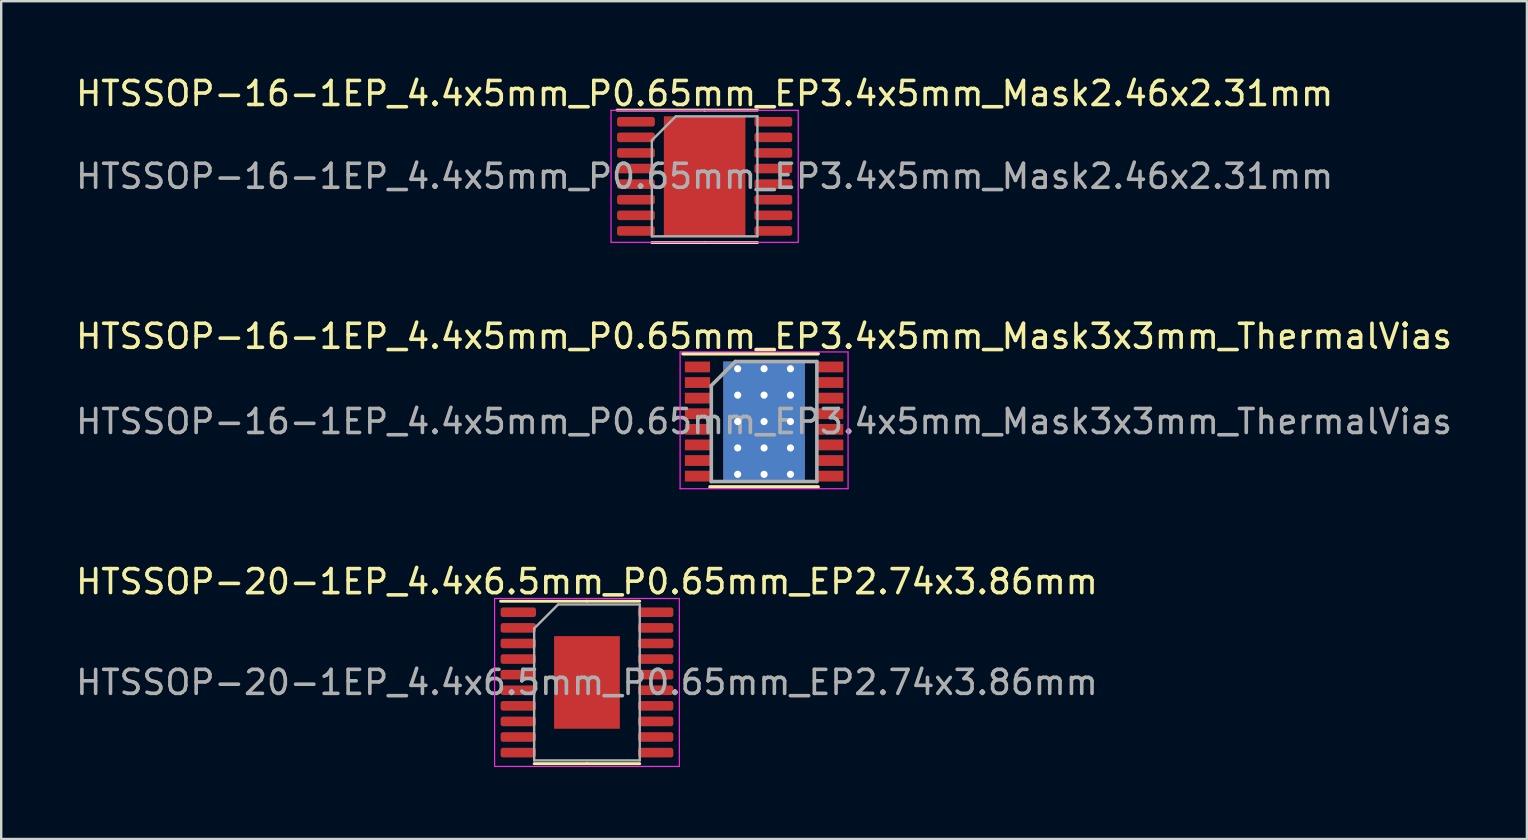
<source format=kicad_pcb>
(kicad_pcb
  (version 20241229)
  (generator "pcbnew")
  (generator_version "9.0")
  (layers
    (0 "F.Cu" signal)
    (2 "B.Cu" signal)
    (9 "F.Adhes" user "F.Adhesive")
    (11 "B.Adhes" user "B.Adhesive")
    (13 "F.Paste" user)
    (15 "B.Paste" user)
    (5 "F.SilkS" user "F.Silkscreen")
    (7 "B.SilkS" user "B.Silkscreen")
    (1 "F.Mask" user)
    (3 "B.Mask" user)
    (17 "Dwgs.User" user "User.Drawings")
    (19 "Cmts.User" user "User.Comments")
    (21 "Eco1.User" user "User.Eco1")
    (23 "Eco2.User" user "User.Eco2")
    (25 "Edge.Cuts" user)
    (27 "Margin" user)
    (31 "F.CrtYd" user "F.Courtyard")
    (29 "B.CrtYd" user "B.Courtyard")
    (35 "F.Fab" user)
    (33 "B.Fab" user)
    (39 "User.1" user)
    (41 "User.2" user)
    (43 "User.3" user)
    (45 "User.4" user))
  (footprint "HTSSOP-16-1EP_4.4x5mm_P0.65mm_EP3.4x5mm_Mask2.46x2.31mm"
    (layer "F.Cu")
    (at 26.315 4.298)
    (property "Reference" "HTSSOP-16-1EP_4.4x5mm_P0.65mm_EP3.4x5mm_Mask2.46x2.31mm" (at 0 -3.45 0) (layer "F.SilkS") (effects (font (size 1 1) (thickness 0.15))))
    (attr smd)
    (fp_line (start 0 -2.76) (end -3.65 -2.76) (stroke (width 0.12) (type solid)) (layer "F.SilkS"))
    (fp_line (start 0 -2.76) (end 2.2 -2.76) (stroke (width 0.12) (type solid)) (layer "F.SilkS"))
    (fp_line (start 0 2.76) (end -2.2 2.76) (stroke (width 0.12) (type solid)) (layer "F.SilkS"))
    (fp_line (start 0 2.76) (end 2.2 2.76) (stroke (width 0.12) (type solid)) (layer "F.SilkS"))
    (fp_line (start -3.9 -2.75) (end -3.9 2.75) (stroke (width 0.05) (type solid)) (layer "F.CrtYd"))
    (fp_line (start -3.9 2.75) (end 3.9 2.75) (stroke (width 0.05) (type solid)) (layer "F.CrtYd"))
    (fp_line (start 3.9 -2.75) (end -3.9 -2.75) (stroke (width 0.05) (type solid)) (layer "F.CrtYd"))
    (fp_line (start 3.9 2.75) (end 3.9 -2.75) (stroke (width 0.05) (type solid)) (layer "F.CrtYd"))
    (fp_line (start -2.2 -1.5) (end -1.2 -2.5) (stroke (width 0.1) (type solid)) (layer "F.Fab"))
    (fp_line (start -2.2 2.5) (end -2.2 -1.5) (stroke (width 0.1) (type solid)) (layer "F.Fab"))
    (fp_line (start -1.2 -2.5) (end 2.2 -2.5) (stroke (width 0.1) (type solid)) (layer "F.Fab"))
    (fp_line (start 2.2 -2.5) (end 2.2 2.5) (stroke (width 0.1) (type solid)) (layer "F.Fab"))
    (fp_line (start 2.2 2.5) (end -2.2 2.5) (stroke (width 0.1) (type solid)) (layer "F.Fab"))
    (fp_text user "${REFERENCE}" (at 0 0 0) (layer "F.Fab") (effects (font (size 1 1) (thickness 0.15))))
    (pad "" smd roundrect (at 0 -0.58) (size 1.98 0.93) (layers "F.Paste") (roundrect_rratio 0.25))
    (pad "" smd rect (at 0 0) (size 2.46 2.31) (layers "F.Mask"))
    (pad "" smd roundrect (at 0 0.58) (size 1.98 0.93) (layers "F.Paste") (roundrect_rratio 0.25))
    (pad "1" smd roundrect (at -2.862 -2.275) (size 1.575 0.4) (layers "F.Cu" "F.Mask" "F.Paste") (roundrect_rratio 0.25))
    (pad "2" smd roundrect (at -2.862 -1.625) (size 1.575 0.4) (layers "F.Cu" "F.Mask" "F.Paste") (roundrect_rratio 0.25))
    (pad "3" smd roundrect (at -2.862 -0.975) (size 1.575 0.4) (layers "F.Cu" "F.Mask" "F.Paste") (roundrect_rratio 0.25))
    (pad "4" smd roundrect (at -2.862 -0.325) (size 1.575 0.4) (layers "F.Cu" "F.Mask" "F.Paste") (roundrect_rratio 0.25))
    (pad "5" smd roundrect (at -2.862 0.325) (size 1.575 0.4) (layers "F.Cu" "F.Mask" "F.Paste") (roundrect_rratio 0.25))
    (pad "6" smd roundrect (at -2.862 0.975) (size 1.575 0.4) (layers "F.Cu" "F.Mask" "F.Paste") (roundrect_rratio 0.25))
    (pad "7" smd roundrect (at -2.862 1.625) (size 1.575 0.4) (layers "F.Cu" "F.Mask" "F.Paste") (roundrect_rratio 0.25))
    (pad "8" smd roundrect (at -2.862 2.275) (size 1.575 0.4) (layers "F.Cu" "F.Mask" "F.Paste") (roundrect_rratio 0.25))
    (pad "9" smd roundrect (at 2.862 2.275) (size 1.575 0.4) (layers "F.Cu" "F.Mask" "F.Paste") (roundrect_rratio 0.25))
    (pad "10" smd roundrect (at 2.862 1.625) (size 1.575 0.4) (layers "F.Cu" "F.Mask" "F.Paste") (roundrect_rratio 0.25))
    (pad "11" smd roundrect (at 2.862 0.975) (size 1.575 0.4) (layers "F.Cu" "F.Mask" "F.Paste") (roundrect_rratio 0.25))
    (pad "12" smd roundrect (at 2.862 0.325) (size 1.575 0.4) (layers "F.Cu" "F.Mask" "F.Paste") (roundrect_rratio 0.25))
    (pad "13" smd roundrect (at 2.862 -0.325) (size 1.575 0.4) (layers "F.Cu" "F.Mask" "F.Paste") (roundrect_rratio 0.25))
    (pad "14" smd roundrect (at 2.862 -0.975) (size 1.575 0.4) (layers "F.Cu" "F.Mask" "F.Paste") (roundrect_rratio 0.25))
    (pad "15" smd roundrect (at 2.862 -1.625) (size 1.575 0.4) (layers "F.Cu" "F.Mask" "F.Paste") (roundrect_rratio 0.25))
    (pad "16" smd roundrect (at 2.862 -2.275) (size 1.575 0.4) (layers "F.Cu" "F.Mask" "F.Paste") (roundrect_rratio 0.25))
    (pad "17" smd rect (at 0 0) (size 3.4 5) (layers "F.Cu")))
  (footprint "HTSSOP-20-1EP_4.4x6.5mm_P0.65mm_EP2.74x3.86mm"
    (layer "F.Cu")
    (at 21.411 25.39)
    (property "Reference" "HTSSOP-20-1EP_4.4x6.5mm_P0.65mm_EP2.74x3.86mm" (at 0 -4.2 0) (layer "F.SilkS") (effects (font (size 1 1) (thickness 0.15))))
    (attr smd)
    (fp_line (start 0 -3.385) (end -3.6 -3.385) (stroke (width 0.12) (type solid)) (layer "F.SilkS"))
    (fp_line (start 0 -3.385) (end 2.2 -3.385) (stroke (width 0.12) (type solid)) (layer "F.SilkS"))
    (fp_line (start 0 3.385) (end -2.2 3.385) (stroke (width 0.12) (type solid)) (layer "F.SilkS"))
    (fp_line (start 0 3.385) (end 2.2 3.385) (stroke (width 0.12) (type solid)) (layer "F.SilkS"))
    (fp_line (start -3.85 -3.5) (end -3.85 3.5) (stroke (width 0.05) (type solid)) (layer "F.CrtYd"))
    (fp_line (start -3.85 3.5) (end 3.85 3.5) (stroke (width 0.05) (type solid)) (layer "F.CrtYd"))
    (fp_line (start 3.85 -3.5) (end -3.85 -3.5) (stroke (width 0.05) (type solid)) (layer "F.CrtYd"))
    (fp_line (start 3.85 3.5) (end 3.85 -3.5) (stroke (width 0.05) (type solid)) (layer "F.CrtYd"))
    (fp_line (start -2.2 -2.25) (end -1.2 -3.25) (stroke (width 0.1) (type solid)) (layer "F.Fab"))
    (fp_line (start -2.2 3.25) (end -2.2 -2.25) (stroke (width 0.1) (type solid)) (layer "F.Fab"))
    (fp_line (start -1.2 -3.25) (end 2.2 -3.25) (stroke (width 0.1) (type solid)) (layer "F.Fab"))
    (fp_line (start 2.2 -3.25) (end 2.2 3.25) (stroke (width 0.1) (type solid)) (layer "F.Fab"))
    (fp_line (start 2.2 3.25) (end -2.2 3.25) (stroke (width 0.1) (type solid)) (layer "F.Fab"))
    (fp_text user "${REFERENCE}" (at 0 0 0) (layer "F.Fab") (effects (font (size 1 1) (thickness 0.15))))
    (pad "" smd roundrect (at 0 -0.965) (size 2.21 1.56) (layers "F.Paste") (roundrect_rratio 0.16))
    (pad "" smd roundrect (at 0 0.965) (size 2.21 1.56) (layers "F.Paste") (roundrect_rratio 0.16))
    (pad "1" smd roundrect (at -2.862 -2.925) (size 1.475 0.4) (layers "F.Cu" "F.Mask" "F.Paste") (roundrect_rratio 0.25))
    (pad "2" smd roundrect (at -2.862 -2.275) (size 1.475 0.4) (layers "F.Cu" "F.Mask" "F.Paste") (roundrect_rratio 0.25))
    (pad "3" smd roundrect (at -2.862 -1.625) (size 1.475 0.4) (layers "F.Cu" "F.Mask" "F.Paste") (roundrect_rratio 0.25))
    (pad "4" smd roundrect (at -2.862 -0.975) (size 1.475 0.4) (layers "F.Cu" "F.Mask" "F.Paste") (roundrect_rratio 0.25))
    (pad "5" smd roundrect (at -2.862 -0.325) (size 1.475 0.4) (layers "F.Cu" "F.Mask" "F.Paste") (roundrect_rratio 0.25))
    (pad "6" smd roundrect (at -2.862 0.325) (size 1.475 0.4) (layers "F.Cu" "F.Mask" "F.Paste") (roundrect_rratio 0.25))
    (pad "7" smd roundrect (at -2.862 0.975) (size 1.475 0.4) (layers "F.Cu" "F.Mask" "F.Paste") (roundrect_rratio 0.25))
    (pad "8" smd roundrect (at -2.862 1.625) (size 1.475 0.4) (layers "F.Cu" "F.Mask" "F.Paste") (roundrect_rratio 0.25))
    (pad "9" smd roundrect (at -2.862 2.275) (size 1.475 0.4) (layers "F.Cu" "F.Mask" "F.Paste") (roundrect_rratio 0.25))
    (pad "10" smd roundrect (at -2.862 2.925) (size 1.475 0.4) (layers "F.Cu" "F.Mask" "F.Paste") (roundrect_rratio 0.25))
    (pad "11" smd roundrect (at 2.862 2.925) (size 1.475 0.4) (layers "F.Cu" "F.Mask" "F.Paste") (roundrect_rratio 0.25))
    (pad "12" smd roundrect (at 2.862 2.275) (size 1.475 0.4) (layers "F.Cu" "F.Mask" "F.Paste") (roundrect_rratio 0.25))
    (pad "13" smd roundrect (at 2.862 1.625) (size 1.475 0.4) (layers "F.Cu" "F.Mask" "F.Paste") (roundrect_rratio 0.25))
    (pad "14" smd roundrect (at 2.862 0.975) (size 1.475 0.4) (layers "F.Cu" "F.Mask" "F.Paste") (roundrect_rratio 0.25))
    (pad "15" smd roundrect (at 2.862 0.325) (size 1.475 0.4) (layers "F.Cu" "F.Mask" "F.Paste") (roundrect_rratio 0.25))
    (pad "16" smd roundrect (at 2.862 -0.325) (size 1.475 0.4) (layers "F.Cu" "F.Mask" "F.Paste") (roundrect_rratio 0.25))
    (pad "17" smd roundrect (at 2.862 -0.975) (size 1.475 0.4) (layers "F.Cu" "F.Mask" "F.Paste") (roundrect_rratio 0.25))
    (pad "18" smd roundrect (at 2.862 -1.625) (size 1.475 0.4) (layers "F.Cu" "F.Mask" "F.Paste") (roundrect_rratio 0.25))
    (pad "19" smd roundrect (at 2.862 -2.275) (size 1.475 0.4) (layers "F.Cu" "F.Mask" "F.Paste") (roundrect_rratio 0.25))
    (pad "20" smd roundrect (at 2.862 -2.925) (size 1.475 0.4) (layers "F.Cu" "F.Mask" "F.Paste") (roundrect_rratio 0.25))
    (pad "21" smd rect (at 0 0) (size 2.74 3.86) (layers "F.Cu" "F.Mask")))
  (footprint "HTSSOP-16-1EP_4.4x5mm_P0.65mm_EP3.4x5mm_Mask3x3mm_ThermalVias"
    (layer "F.Cu")
    (at 28.792 14.517)
    (property "Reference" "HTSSOP-16-1EP_4.4x5mm_P0.65mm_EP3.4x5mm_Mask3x3mm_ThermalVias" (at 0 -3.55 0) (layer "F.SilkS") (effects (font (size 1 1) (thickness 0.15))))
    (attr smd)
    (fp_line (start -3.375 -2.825) (end 2.25 -2.825) (stroke (width 0.15) (type solid)) (layer "F.SilkS"))
    (fp_line (start -2.25 2.725) (end 2.25 2.725) (stroke (width 0.15) (type solid)) (layer "F.SilkS"))
    (fp_line (start -3.5 -2.9) (end -3.5 2.8) (stroke (width 0.05) (type solid)) (layer "F.CrtYd"))
    (fp_line (start -3.5 -2.9) (end 3.5 -2.9) (stroke (width 0.05) (type solid)) (layer "F.CrtYd"))
    (fp_line (start -3.5 2.8) (end 3.5 2.8) (stroke (width 0.05) (type solid)) (layer "F.CrtYd"))
    (fp_line (start 3.5 -2.9) (end 3.5 2.8) (stroke (width 0.05) (type solid)) (layer "F.CrtYd"))
    (fp_line (start -2.2 -1.5) (end -1.2 -2.5) (stroke (width 0.15) (type solid)) (layer "F.Fab"))
    (fp_line (start -2.2 2.5) (end -2.2 -1.5) (stroke (width 0.15) (type solid)) (layer "F.Fab"))
    (fp_line (start -1.2 -2.5) (end 2.2 -2.5) (stroke (width 0.15) (type solid)) (layer "F.Fab"))
    (fp_line (start 2.2 -2.5) (end 2.2 2.5) (stroke (width 0.15) (type solid)) (layer "F.Fab"))
    (fp_line (start 2.2 2.5) (end -2.2 2.5) (stroke (width 0.15) (type solid)) (layer "F.Fab"))
    (fp_text user "${REFERENCE}" (at 0 0 0) (layer "F.Fab") (effects (font (size 1 1) (thickness 0.15))))
    (pad "" smd rect (at -1.325 -0.55 90) (size 0.8 0.25) (layers "F.Paste"))
    (pad "" smd rect (at -1.325 0.55 90) (size 0.8 0.25) (layers "F.Paste"))
    (pad "" smd rect (at -0.55 -1.325) (size 0.8 0.25) (layers "F.Paste"))
    (pad "" smd rect (at -0.55 -0.55) (size 0.85 0.8) (layers "F.Paste"))
    (pad "" smd rect (at -0.55 0.55) (size 0.85 0.85) (layers "F.Paste"))
    (pad "" smd rect (at -0.55 1.325) (size 0.8 0.25) (layers "F.Paste"))
    (pad "" smd rect (at 0 0) (size 3 3) (layers "F.Mask"))
    (pad "" smd rect (at 0.55 -1.325) (size 0.8 0.25) (layers "F.Paste"))
    (pad "" smd rect (at 0.55 -0.55) (size 0.85 0.85) (layers "F.Paste"))
    (pad "" smd rect (at 0.55 0.55) (size 0.85 0.85) (layers "F.Paste"))
    (pad "" smd rect (at 0.55 1.325) (size 0.8 0.25) (layers "F.Paste"))
    (pad "" smd rect (at 1.325 -0.55 90) (size 0.8 0.25) (layers "F.Paste"))
    (pad "" smd rect (at 1.325 0.55 90) (size 0.8 0.25) (layers "F.Paste"))
    (pad "1" smd rect (at -2.775 -2.275) (size 1.05 0.45) (layers "F.Cu" "F.Mask" "F.Paste"))
    (pad "2" smd rect (at -2.775 -1.625) (size 1.05 0.45) (layers "F.Cu" "F.Mask" "F.Paste"))
    (pad "3" smd rect (at -2.775 -0.975) (size 1.05 0.45) (layers "F.Cu" "F.Mask" "F.Paste"))
    (pad "4" smd rect (at -2.775 -0.325) (size 1.05 0.45) (layers "F.Cu" "F.Mask" "F.Paste"))
    (pad "5" smd rect (at -2.775 0.325) (size 1.05 0.45) (layers "F.Cu" "F.Mask" "F.Paste"))
    (pad "6" smd rect (at -2.775 0.975) (size 1.05 0.45) (layers "F.Cu" "F.Mask" "F.Paste"))
    (pad "7" smd rect (at -2.775 1.625) (size 1.05 0.45) (layers "F.Cu" "F.Mask" "F.Paste"))
    (pad "8" smd rect (at -2.775 2.275) (size 1.05 0.45) (layers "F.Cu" "F.Mask" "F.Paste"))
    (pad "9" smd rect (at 2.775 2.275) (size 1.05 0.45) (layers "F.Cu" "F.Mask" "F.Paste"))
    (pad "10" smd rect (at 2.775 1.625) (size 1.05 0.45) (layers "F.Cu" "F.Mask" "F.Paste"))
    (pad "11" smd rect (at 2.775 0.975) (size 1.05 0.45) (layers "F.Cu" "F.Mask" "F.Paste"))
    (pad "12" smd rect (at 2.775 0.325) (size 1.05 0.45) (layers "F.Cu" "F.Mask" "F.Paste"))
    (pad "13" smd rect (at 2.775 -0.325) (size 1.05 0.45) (layers "F.Cu" "F.Mask" "F.Paste"))
    (pad "14" smd rect (at 2.775 -0.975) (size 1.05 0.45) (layers "F.Cu" "F.Mask" "F.Paste"))
    (pad "15" smd rect (at 2.775 -1.625) (size 1.05 0.45) (layers "F.Cu" "F.Mask" "F.Paste"))
    (pad "16" smd rect (at 2.775 -2.275) (size 1.05 0.45) (layers "F.Cu" "F.Mask" "F.Paste"))
    (pad "17" thru_hole circle (at -1.1 -2.2) (size 0.6 0.6) (drill 0.3) (layers "*.Cu"))
    (pad "17" thru_hole circle (at -1.1 -1.1) (size 0.6 0.6) (drill 0.3) (layers "*.Cu"))
    (pad "17" thru_hole circle (at -1.1 0) (size 0.6 0.6) (drill 0.3) (layers "*.Cu"))
    (pad "17" thru_hole circle (at -1.1 1.1) (size 0.6 0.6) (drill 0.3) (layers "*.Cu"))
    (pad "17" thru_hole circle (at -1.1 2.2) (size 0.6 0.6) (drill 0.3) (layers "*.Cu"))
    (pad "17" thru_hole circle (at 0 -2.2) (size 0.6 0.6) (drill 0.3) (layers "*.Cu"))
    (pad "17" thru_hole circle (at 0 -1.1) (size 0.6 0.6) (drill 0.3) (layers "*.Cu"))
    (pad "17" thru_hole circle (at 0 0) (size 0.6 0.6) (drill 0.3) (layers "*.Cu"))
    (pad "17" smd rect (at 0 0) (size 3.4 5) (layers "F.Cu"))
    (pad "17" smd rect (at 0 0) (size 3.4 5) (layers "B.Cu"))
    (pad "17" thru_hole circle (at 0 1.1) (size 0.6 0.6) (drill 0.3) (layers "*.Cu"))
    (pad "17" thru_hole circle (at 0 2.2) (size 0.6 0.6) (drill 0.3) (layers "*.Cu"))
    (pad "17" thru_hole circle (at 1.1 -2.2) (size 0.6 0.6) (drill 0.3) (layers "*.Cu"))
    (pad "17" thru_hole circle (at 1.1 -1.1) (size 0.6 0.6) (drill 0.3) (layers "*.Cu"))
    (pad "17" thru_hole circle (at 1.1 0) (size 0.6 0.6) (drill 0.3) (layers "*.Cu"))
    (pad "17" thru_hole circle (at 1.1 1.1) (size 0.6 0.6) (drill 0.3) (layers "*.Cu"))
    (pad "17" thru_hole circle (at 1.1 2.2) (size 0.6 0.6) (drill 0.3) (layers "*.Cu")))
  (gr_rect
    (start -3 -3)
    (end 60.583 31.915)
    (stroke (width 0.1) (type default))
    (fill no)
    (layer "Edge.Cuts")))
</source>
